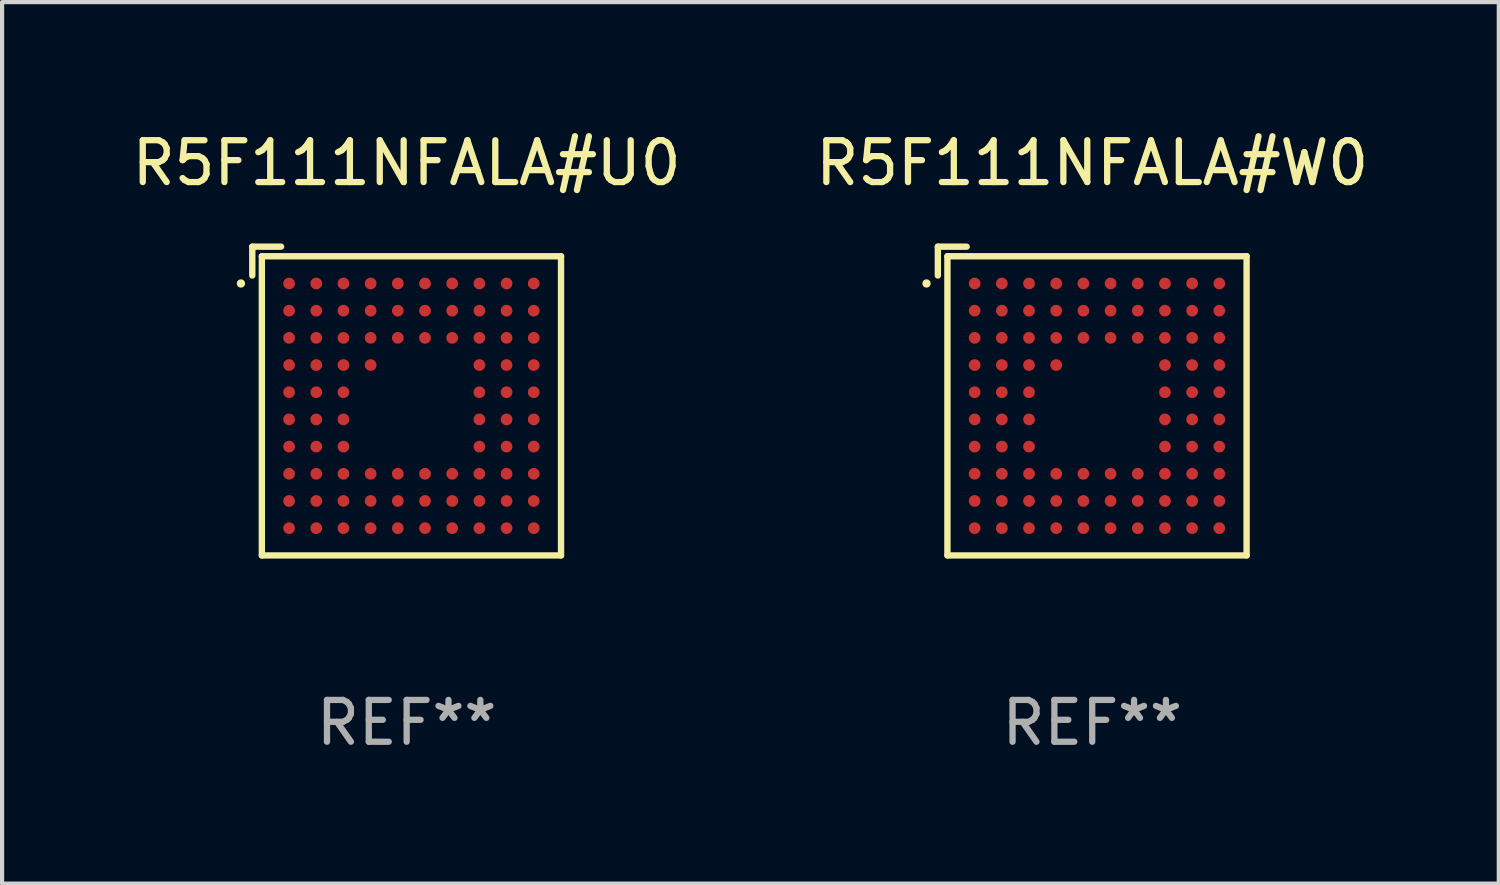
<source format=kicad_pcb>
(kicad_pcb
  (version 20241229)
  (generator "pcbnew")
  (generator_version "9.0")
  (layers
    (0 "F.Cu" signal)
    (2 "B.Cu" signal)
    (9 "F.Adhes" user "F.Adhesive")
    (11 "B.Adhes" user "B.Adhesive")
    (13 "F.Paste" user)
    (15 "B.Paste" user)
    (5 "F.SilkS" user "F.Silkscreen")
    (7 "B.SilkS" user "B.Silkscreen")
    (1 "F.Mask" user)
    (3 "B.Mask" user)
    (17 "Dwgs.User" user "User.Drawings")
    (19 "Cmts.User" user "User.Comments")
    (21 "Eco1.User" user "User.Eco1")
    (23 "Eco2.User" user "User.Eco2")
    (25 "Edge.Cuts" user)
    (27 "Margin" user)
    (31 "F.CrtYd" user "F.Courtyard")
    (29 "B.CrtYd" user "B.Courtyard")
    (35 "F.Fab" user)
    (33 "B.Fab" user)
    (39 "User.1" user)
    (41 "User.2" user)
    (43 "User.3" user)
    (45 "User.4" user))
  (footprint "R5F111NFALA#U0"
    (layer "F.Cu")
    (at 6.673 6.539)
    (property "Reference" "R5F111NFALA#U0" (at 0 -5.691 0) (layer "F.SilkS") (effects (font (size 1 1) (thickness 0.15))))
    (attr through_hole)
    (fp_line (start -3.691 -3.691) (end -3.002 -3.691) (stroke (width 0.152) (type solid)) (layer "F.SilkS"))
    (fp_line (start -3.691 -3.002) (end -3.691 -3.691) (stroke (width 0.152) (type solid)) (layer "F.SilkS"))
    (fp_line (start -3.462 -3.462) (end 3.691 -3.462) (stroke (width 0.152) (type solid)) (layer "F.SilkS"))
    (fp_line (start -3.462 3.691) (end -3.462 -3.462) (stroke (width 0.152) (type solid)) (layer "F.SilkS"))
    (fp_line (start 3.691 -3.462) (end 3.691 3.691) (stroke (width 0.152) (type solid)) (layer "F.SilkS"))
    (fp_line (start 3.691 3.691) (end -3.462 3.691) (stroke (width 0.152) (type solid)) (layer "F.SilkS"))
    (fp_circle (center -3.962 -2.811) (end -3.912 -2.811) (stroke (width 0.1) (type solid)) (fill no) (layer "F.SilkS"))
    (fp_text user "REF**" (at 0 7.691 0) (layer "F.Fab") (effects (font (size 1 1) (thickness 0.15))))
    (pad "A1" smd circle (at -2.811 -2.811) (size 0.28 0.28) (layers "F.Cu" "F.Mask" "F.Paste"))
    (pad "A2" smd circle (at -2.161 -2.811) (size 0.28 0.28) (layers "F.Cu" "F.Mask" "F.Paste"))
    (pad "A3" smd circle (at -1.511 -2.811) (size 0.28 0.28) (layers "F.Cu" "F.Mask" "F.Paste"))
    (pad "A4" smd circle (at -0.861 -2.811) (size 0.28 0.28) (layers "F.Cu" "F.Mask" "F.Paste"))
    (pad "A5" smd circle (at -0.211 -2.811) (size 0.28 0.28) (layers "F.Cu" "F.Mask" "F.Paste"))
    (pad "A6" smd circle (at 0.439 -2.811) (size 0.28 0.28) (layers "F.Cu" "F.Mask" "F.Paste"))
    (pad "A7" smd circle (at 1.089 -2.811) (size 0.28 0.28) (layers "F.Cu" "F.Mask" "F.Paste"))
    (pad "A8" smd circle (at 1.739 -2.811) (size 0.28 0.28) (layers "F.Cu" "F.Mask" "F.Paste"))
    (pad "A9" smd circle (at 2.389 -2.811) (size 0.28 0.28) (layers "F.Cu" "F.Mask" "F.Paste"))
    (pad "A10" smd circle (at 3.039 -2.811) (size 0.28 0.28) (layers "F.Cu" "F.Mask" "F.Paste"))
    (pad "B1" smd circle (at -2.811 -2.161) (size 0.28 0.28) (layers "F.Cu" "F.Mask" "F.Paste"))
    (pad "B2" smd circle (at -2.161 -2.161) (size 0.28 0.28) (layers "F.Cu" "F.Mask" "F.Paste"))
    (pad "B3" smd circle (at -1.511 -2.161) (size 0.28 0.28) (layers "F.Cu" "F.Mask" "F.Paste"))
    (pad "B4" smd circle (at -0.861 -2.161) (size 0.28 0.28) (layers "F.Cu" "F.Mask" "F.Paste"))
    (pad "B5" smd circle (at -0.211 -2.161) (size 0.28 0.28) (layers "F.Cu" "F.Mask" "F.Paste"))
    (pad "B6" smd circle (at 0.439 -2.161) (size 0.28 0.28) (layers "F.Cu" "F.Mask" "F.Paste"))
    (pad "B7" smd circle (at 1.089 -2.161) (size 0.28 0.28) (layers "F.Cu" "F.Mask" "F.Paste"))
    (pad "B8" smd circle (at 1.739 -2.161) (size 0.28 0.28) (layers "F.Cu" "F.Mask" "F.Paste"))
    (pad "B9" smd circle (at 2.389 -2.161) (size 0.28 0.28) (layers "F.Cu" "F.Mask" "F.Paste"))
    (pad "B10" smd circle (at 3.039 -2.161) (size 0.28 0.28) (layers "F.Cu" "F.Mask" "F.Paste"))
    (pad "C1" smd circle (at -2.811 -1.511) (size 0.28 0.28) (layers "F.Cu" "F.Mask" "F.Paste"))
    (pad "C2" smd circle (at -2.161 -1.511) (size 0.28 0.28) (layers "F.Cu" "F.Mask" "F.Paste"))
    (pad "C3" smd circle (at -1.511 -1.511) (size 0.28 0.28) (layers "F.Cu" "F.Mask" "F.Paste"))
    (pad "C4" smd circle (at -0.861 -1.511) (size 0.28 0.28) (layers "F.Cu" "F.Mask" "F.Paste"))
    (pad "C5" smd circle (at -0.211 -1.511) (size 0.28 0.28) (layers "F.Cu" "F.Mask" "F.Paste"))
    (pad "C6" smd circle (at 0.439 -1.511) (size 0.28 0.28) (layers "F.Cu" "F.Mask" "F.Paste"))
    (pad "C7" smd circle (at 1.089 -1.511) (size 0.28 0.28) (layers "F.Cu" "F.Mask" "F.Paste"))
    (pad "C8" smd circle (at 1.739 -1.511) (size 0.28 0.28) (layers "F.Cu" "F.Mask" "F.Paste"))
    (pad "C9" smd circle (at 2.389 -1.511) (size 0.28 0.28) (layers "F.Cu" "F.Mask" "F.Paste"))
    (pad "C10" smd circle (at 3.039 -1.511) (size 0.28 0.28) (layers "F.Cu" "F.Mask" "F.Paste"))
    (pad "D1" smd circle (at -2.811 -0.861) (size 0.28 0.28) (layers "F.Cu" "F.Mask" "F.Paste"))
    (pad "D2" smd circle (at -2.161 -0.861) (size 0.28 0.28) (layers "F.Cu" "F.Mask" "F.Paste"))
    (pad "D3" smd circle (at -1.511 -0.861) (size 0.28 0.28) (layers "F.Cu" "F.Mask" "F.Paste"))
    (pad "D4" smd circle (at -0.861 -0.861) (size 0.28 0.28) (layers "F.Cu" "F.Mask" "F.Paste"))
    (pad "D8" smd circle (at 1.739 -0.861) (size 0.28 0.28) (layers "F.Cu" "F.Mask" "F.Paste"))
    (pad "D9" smd circle (at 2.389 -0.861) (size 0.28 0.28) (layers "F.Cu" "F.Mask" "F.Paste"))
    (pad "D10" smd circle (at 3.039 -0.861) (size 0.28 0.28) (layers "F.Cu" "F.Mask" "F.Paste"))
    (pad "E1" smd circle (at -2.811 -0.211) (size 0.28 0.28) (layers "F.Cu" "F.Mask" "F.Paste"))
    (pad "E2" smd circle (at -2.161 -0.211) (size 0.28 0.28) (layers "F.Cu" "F.Mask" "F.Paste"))
    (pad "E3" smd circle (at -1.511 -0.211) (size 0.28 0.28) (layers "F.Cu" "F.Mask" "F.Paste"))
    (pad "E8" smd circle (at 1.739 -0.211) (size 0.28 0.28) (layers "F.Cu" "F.Mask" "F.Paste"))
    (pad "E9" smd circle (at 2.389 -0.211) (size 0.28 0.28) (layers "F.Cu" "F.Mask" "F.Paste"))
    (pad "E10" smd circle (at 3.039 -0.211) (size 0.28 0.28) (layers "F.Cu" "F.Mask" "F.Paste"))
    (pad "F1" smd circle (at -2.811 0.439) (size 0.28 0.28) (layers "F.Cu" "F.Mask" "F.Paste"))
    (pad "F2" smd circle (at -2.161 0.439) (size 0.28 0.28) (layers "F.Cu" "F.Mask" "F.Paste"))
    (pad "F3" smd circle (at -1.511 0.439) (size 0.28 0.28) (layers "F.Cu" "F.Mask" "F.Paste"))
    (pad "F8" smd circle (at 1.739 0.439) (size 0.28 0.28) (layers "F.Cu" "F.Mask" "F.Paste"))
    (pad "F9" smd circle (at 2.389 0.439) (size 0.28 0.28) (layers "F.Cu" "F.Mask" "F.Paste"))
    (pad "F10" smd circle (at 3.039 0.439) (size 0.28 0.28) (layers "F.Cu" "F.Mask" "F.Paste"))
    (pad "G1" smd circle (at -2.811 1.089) (size 0.28 0.28) (layers "F.Cu" "F.Mask" "F.Paste"))
    (pad "G2" smd circle (at -2.161 1.089) (size 0.28 0.28) (layers "F.Cu" "F.Mask" "F.Paste"))
    (pad "G3" smd circle (at -1.511 1.089) (size 0.28 0.28) (layers "F.Cu" "F.Mask" "F.Paste"))
    (pad "G8" smd circle (at 1.739 1.089) (size 0.28 0.28) (layers "F.Cu" "F.Mask" "F.Paste"))
    (pad "G9" smd circle (at 2.389 1.089) (size 0.28 0.28) (layers "F.Cu" "F.Mask" "F.Paste"))
    (pad "G10" smd circle (at 3.039 1.089) (size 0.28 0.28) (layers "F.Cu" "F.Mask" "F.Paste"))
    (pad "H1" smd circle (at -2.811 1.739) (size 0.28 0.28) (layers "F.Cu" "F.Mask" "F.Paste"))
    (pad "H2" smd circle (at -2.161 1.739) (size 0.28 0.28) (layers "F.Cu" "F.Mask" "F.Paste"))
    (pad "H3" smd circle (at -1.511 1.739) (size 0.28 0.28) (layers "F.Cu" "F.Mask" "F.Paste"))
    (pad "H4" smd circle (at -0.861 1.739) (size 0.28 0.28) (layers "F.Cu" "F.Mask" "F.Paste"))
    (pad "H5" smd circle (at -0.211 1.739) (size 0.28 0.28) (layers "F.Cu" "F.Mask" "F.Paste"))
    (pad "H6" smd circle (at 0.439 1.739) (size 0.28 0.28) (layers "F.Cu" "F.Mask" "F.Paste"))
    (pad "H7" smd circle (at 1.089 1.739) (size 0.28 0.28) (layers "F.Cu" "F.Mask" "F.Paste"))
    (pad "H8" smd circle (at 1.739 1.739) (size 0.28 0.28) (layers "F.Cu" "F.Mask" "F.Paste"))
    (pad "H9" smd circle (at 2.389 1.739) (size 0.28 0.28) (layers "F.Cu" "F.Mask" "F.Paste"))
    (pad "H10" smd circle (at 3.039 1.739) (size 0.28 0.28) (layers "F.Cu" "F.Mask" "F.Paste"))
    (pad "J1" smd circle (at -2.811 2.389) (size 0.28 0.28) (layers "F.Cu" "F.Mask" "F.Paste"))
    (pad "J2" smd circle (at -2.161 2.389) (size 0.28 0.28) (layers "F.Cu" "F.Mask" "F.Paste"))
    (pad "J3" smd circle (at -1.511 2.389) (size 0.28 0.28) (layers "F.Cu" "F.Mask" "F.Paste"))
    (pad "J4" smd circle (at -0.861 2.389) (size 0.28 0.28) (layers "F.Cu" "F.Mask" "F.Paste"))
    (pad "J5" smd circle (at -0.211 2.389) (size 0.28 0.28) (layers "F.Cu" "F.Mask" "F.Paste"))
    (pad "J6" smd circle (at 0.439 2.389) (size 0.28 0.28) (layers "F.Cu" "F.Mask" "F.Paste"))
    (pad "J7" smd circle (at 1.089 2.389) (size 0.28 0.28) (layers "F.Cu" "F.Mask" "F.Paste"))
    (pad "J8" smd circle (at 1.739 2.389) (size 0.28 0.28) (layers "F.Cu" "F.Mask" "F.Paste"))
    (pad "J9" smd circle (at 2.389 2.389) (size 0.28 0.28) (layers "F.Cu" "F.Mask" "F.Paste"))
    (pad "J10" smd circle (at 3.039 2.389) (size 0.28 0.28) (layers "F.Cu" "F.Mask" "F.Paste"))
    (pad "K1" smd circle (at -2.811 3.039) (size 0.28 0.28) (layers "F.Cu" "F.Mask" "F.Paste"))
    (pad "K2" smd circle (at -2.161 3.039) (size 0.28 0.28) (layers "F.Cu" "F.Mask" "F.Paste"))
    (pad "K3" smd circle (at -1.511 3.039) (size 0.28 0.28) (layers "F.Cu" "F.Mask" "F.Paste"))
    (pad "K4" smd circle (at -0.861 3.039) (size 0.28 0.28) (layers "F.Cu" "F.Mask" "F.Paste"))
    (pad "K5" smd circle (at -0.211 3.039) (size 0.28 0.28) (layers "F.Cu" "F.Mask" "F.Paste"))
    (pad "K6" smd circle (at 0.439 3.039) (size 0.28 0.28) (layers "F.Cu" "F.Mask" "F.Paste"))
    (pad "K7" smd circle (at 1.089 3.039) (size 0.28 0.28) (layers "F.Cu" "F.Mask" "F.Paste"))
    (pad "K8" smd circle (at 1.739 3.039) (size 0.28 0.28) (layers "F.Cu" "F.Mask" "F.Paste"))
    (pad "K9" smd circle (at 2.389 3.039) (size 0.28 0.28) (layers "F.Cu" "F.Mask" "F.Paste"))
    (pad "K10" smd circle (at 3.039 3.039) (size 0.28 0.28) (layers "F.Cu" "F.Mask" "F.Paste")))
  (footprint "R5F111NFALA#W0"
    (layer "F.Cu")
    (at 23.065 6.539)
    (property "Reference" "R5F111NFALA#W0" (at 0 -5.691 0) (layer "F.SilkS") (effects (font (size 1 1) (thickness 0.15))))
    (attr through_hole)
    (fp_line (start -3.691 -3.691) (end -3.002 -3.691) (stroke (width 0.152) (type solid)) (layer "F.SilkS"))
    (fp_line (start -3.691 -3.002) (end -3.691 -3.691) (stroke (width 0.152) (type solid)) (layer "F.SilkS"))
    (fp_line (start -3.462 -3.462) (end 3.691 -3.462) (stroke (width 0.152) (type solid)) (layer "F.SilkS"))
    (fp_line (start -3.462 3.691) (end -3.462 -3.462) (stroke (width 0.152) (type solid)) (layer "F.SilkS"))
    (fp_line (start 3.691 -3.462) (end 3.691 3.691) (stroke (width 0.152) (type solid)) (layer "F.SilkS"))
    (fp_line (start 3.691 3.691) (end -3.462 3.691) (stroke (width 0.152) (type solid)) (layer "F.SilkS"))
    (fp_circle (center -3.962 -2.811) (end -3.912 -2.811) (stroke (width 0.1) (type solid)) (fill no) (layer "F.SilkS"))
    (fp_text user "REF**" (at 0 7.691 0) (layer "F.Fab") (effects (font (size 1 1) (thickness 0.15))))
    (pad "A1" smd circle (at -2.811 -2.811) (size 0.28 0.28) (layers "F.Cu" "F.Mask" "F.Paste"))
    (pad "A2" smd circle (at -2.161 -2.811) (size 0.28 0.28) (layers "F.Cu" "F.Mask" "F.Paste"))
    (pad "A3" smd circle (at -1.511 -2.811) (size 0.28 0.28) (layers "F.Cu" "F.Mask" "F.Paste"))
    (pad "A4" smd circle (at -0.861 -2.811) (size 0.28 0.28) (layers "F.Cu" "F.Mask" "F.Paste"))
    (pad "A5" smd circle (at -0.211 -2.811) (size 0.28 0.28) (layers "F.Cu" "F.Mask" "F.Paste"))
    (pad "A6" smd circle (at 0.439 -2.811) (size 0.28 0.28) (layers "F.Cu" "F.Mask" "F.Paste"))
    (pad "A7" smd circle (at 1.089 -2.811) (size 0.28 0.28) (layers "F.Cu" "F.Mask" "F.Paste"))
    (pad "A8" smd circle (at 1.739 -2.811) (size 0.28 0.28) (layers "F.Cu" "F.Mask" "F.Paste"))
    (pad "A9" smd circle (at 2.389 -2.811) (size 0.28 0.28) (layers "F.Cu" "F.Mask" "F.Paste"))
    (pad "A10" smd circle (at 3.039 -2.811) (size 0.28 0.28) (layers "F.Cu" "F.Mask" "F.Paste"))
    (pad "B1" smd circle (at -2.811 -2.161) (size 0.28 0.28) (layers "F.Cu" "F.Mask" "F.Paste"))
    (pad "B2" smd circle (at -2.161 -2.161) (size 0.28 0.28) (layers "F.Cu" "F.Mask" "F.Paste"))
    (pad "B3" smd circle (at -1.511 -2.161) (size 0.28 0.28) (layers "F.Cu" "F.Mask" "F.Paste"))
    (pad "B4" smd circle (at -0.861 -2.161) (size 0.28 0.28) (layers "F.Cu" "F.Mask" "F.Paste"))
    (pad "B5" smd circle (at -0.211 -2.161) (size 0.28 0.28) (layers "F.Cu" "F.Mask" "F.Paste"))
    (pad "B6" smd circle (at 0.439 -2.161) (size 0.28 0.28) (layers "F.Cu" "F.Mask" "F.Paste"))
    (pad "B7" smd circle (at 1.089 -2.161) (size 0.28 0.28) (layers "F.Cu" "F.Mask" "F.Paste"))
    (pad "B8" smd circle (at 1.739 -2.161) (size 0.28 0.28) (layers "F.Cu" "F.Mask" "F.Paste"))
    (pad "B9" smd circle (at 2.389 -2.161) (size 0.28 0.28) (layers "F.Cu" "F.Mask" "F.Paste"))
    (pad "B10" smd circle (at 3.039 -2.161) (size 0.28 0.28) (layers "F.Cu" "F.Mask" "F.Paste"))
    (pad "C1" smd circle (at -2.811 -1.511) (size 0.28 0.28) (layers "F.Cu" "F.Mask" "F.Paste"))
    (pad "C2" smd circle (at -2.161 -1.511) (size 0.28 0.28) (layers "F.Cu" "F.Mask" "F.Paste"))
    (pad "C3" smd circle (at -1.511 -1.511) (size 0.28 0.28) (layers "F.Cu" "F.Mask" "F.Paste"))
    (pad "C4" smd circle (at -0.861 -1.511) (size 0.28 0.28) (layers "F.Cu" "F.Mask" "F.Paste"))
    (pad "C5" smd circle (at -0.211 -1.511) (size 0.28 0.28) (layers "F.Cu" "F.Mask" "F.Paste"))
    (pad "C6" smd circle (at 0.439 -1.511) (size 0.28 0.28) (layers "F.Cu" "F.Mask" "F.Paste"))
    (pad "C7" smd circle (at 1.089 -1.511) (size 0.28 0.28) (layers "F.Cu" "F.Mask" "F.Paste"))
    (pad "C8" smd circle (at 1.739 -1.511) (size 0.28 0.28) (layers "F.Cu" "F.Mask" "F.Paste"))
    (pad "C9" smd circle (at 2.389 -1.511) (size 0.28 0.28) (layers "F.Cu" "F.Mask" "F.Paste"))
    (pad "C10" smd circle (at 3.039 -1.511) (size 0.28 0.28) (layers "F.Cu" "F.Mask" "F.Paste"))
    (pad "D1" smd circle (at -2.811 -0.861) (size 0.28 0.28) (layers "F.Cu" "F.Mask" "F.Paste"))
    (pad "D2" smd circle (at -2.161 -0.861) (size 0.28 0.28) (layers "F.Cu" "F.Mask" "F.Paste"))
    (pad "D3" smd circle (at -1.511 -0.861) (size 0.28 0.28) (layers "F.Cu" "F.Mask" "F.Paste"))
    (pad "D4" smd circle (at -0.861 -0.861) (size 0.28 0.28) (layers "F.Cu" "F.Mask" "F.Paste"))
    (pad "D8" smd circle (at 1.739 -0.861) (size 0.28 0.28) (layers "F.Cu" "F.Mask" "F.Paste"))
    (pad "D9" smd circle (at 2.389 -0.861) (size 0.28 0.28) (layers "F.Cu" "F.Mask" "F.Paste"))
    (pad "D10" smd circle (at 3.039 -0.861) (size 0.28 0.28) (layers "F.Cu" "F.Mask" "F.Paste"))
    (pad "E1" smd circle (at -2.811 -0.211) (size 0.28 0.28) (layers "F.Cu" "F.Mask" "F.Paste"))
    (pad "E2" smd circle (at -2.161 -0.211) (size 0.28 0.28) (layers "F.Cu" "F.Mask" "F.Paste"))
    (pad "E3" smd circle (at -1.511 -0.211) (size 0.28 0.28) (layers "F.Cu" "F.Mask" "F.Paste"))
    (pad "E8" smd circle (at 1.739 -0.211) (size 0.28 0.28) (layers "F.Cu" "F.Mask" "F.Paste"))
    (pad "E9" smd circle (at 2.389 -0.211) (size 0.28 0.28) (layers "F.Cu" "F.Mask" "F.Paste"))
    (pad "E10" smd circle (at 3.039 -0.211) (size 0.28 0.28) (layers "F.Cu" "F.Mask" "F.Paste"))
    (pad "F1" smd circle (at -2.811 0.439) (size 0.28 0.28) (layers "F.Cu" "F.Mask" "F.Paste"))
    (pad "F2" smd circle (at -2.161 0.439) (size 0.28 0.28) (layers "F.Cu" "F.Mask" "F.Paste"))
    (pad "F3" smd circle (at -1.511 0.439) (size 0.28 0.28) (layers "F.Cu" "F.Mask" "F.Paste"))
    (pad "F8" smd circle (at 1.739 0.439) (size 0.28 0.28) (layers "F.Cu" "F.Mask" "F.Paste"))
    (pad "F9" smd circle (at 2.389 0.439) (size 0.28 0.28) (layers "F.Cu" "F.Mask" "F.Paste"))
    (pad "F10" smd circle (at 3.039 0.439) (size 0.28 0.28) (layers "F.Cu" "F.Mask" "F.Paste"))
    (pad "G1" smd circle (at -2.811 1.089) (size 0.28 0.28) (layers "F.Cu" "F.Mask" "F.Paste"))
    (pad "G2" smd circle (at -2.161 1.089) (size 0.28 0.28) (layers "F.Cu" "F.Mask" "F.Paste"))
    (pad "G3" smd circle (at -1.511 1.089) (size 0.28 0.28) (layers "F.Cu" "F.Mask" "F.Paste"))
    (pad "G8" smd circle (at 1.739 1.089) (size 0.28 0.28) (layers "F.Cu" "F.Mask" "F.Paste"))
    (pad "G9" smd circle (at 2.389 1.089) (size 0.28 0.28) (layers "F.Cu" "F.Mask" "F.Paste"))
    (pad "G10" smd circle (at 3.039 1.089) (size 0.28 0.28) (layers "F.Cu" "F.Mask" "F.Paste"))
    (pad "H1" smd circle (at -2.811 1.739) (size 0.28 0.28) (layers "F.Cu" "F.Mask" "F.Paste"))
    (pad "H2" smd circle (at -2.161 1.739) (size 0.28 0.28) (layers "F.Cu" "F.Mask" "F.Paste"))
    (pad "H3" smd circle (at -1.511 1.739) (size 0.28 0.28) (layers "F.Cu" "F.Mask" "F.Paste"))
    (pad "H4" smd circle (at -0.861 1.739) (size 0.28 0.28) (layers "F.Cu" "F.Mask" "F.Paste"))
    (pad "H5" smd circle (at -0.211 1.739) (size 0.28 0.28) (layers "F.Cu" "F.Mask" "F.Paste"))
    (pad "H6" smd circle (at 0.439 1.739) (size 0.28 0.28) (layers "F.Cu" "F.Mask" "F.Paste"))
    (pad "H7" smd circle (at 1.089 1.739) (size 0.28 0.28) (layers "F.Cu" "F.Mask" "F.Paste"))
    (pad "H8" smd circle (at 1.739 1.739) (size 0.28 0.28) (layers "F.Cu" "F.Mask" "F.Paste"))
    (pad "H9" smd circle (at 2.389 1.739) (size 0.28 0.28) (layers "F.Cu" "F.Mask" "F.Paste"))
    (pad "H10" smd circle (at 3.039 1.739) (size 0.28 0.28) (layers "F.Cu" "F.Mask" "F.Paste"))
    (pad "J1" smd circle (at -2.811 2.389) (size 0.28 0.28) (layers "F.Cu" "F.Mask" "F.Paste"))
    (pad "J2" smd circle (at -2.161 2.389) (size 0.28 0.28) (layers "F.Cu" "F.Mask" "F.Paste"))
    (pad "J3" smd circle (at -1.511 2.389) (size 0.28 0.28) (layers "F.Cu" "F.Mask" "F.Paste"))
    (pad "J4" smd circle (at -0.861 2.389) (size 0.28 0.28) (layers "F.Cu" "F.Mask" "F.Paste"))
    (pad "J5" smd circle (at -0.211 2.389) (size 0.28 0.28) (layers "F.Cu" "F.Mask" "F.Paste"))
    (pad "J6" smd circle (at 0.439 2.389) (size 0.28 0.28) (layers "F.Cu" "F.Mask" "F.Paste"))
    (pad "J7" smd circle (at 1.089 2.389) (size 0.28 0.28) (layers "F.Cu" "F.Mask" "F.Paste"))
    (pad "J8" smd circle (at 1.739 2.389) (size 0.28 0.28) (layers "F.Cu" "F.Mask" "F.Paste"))
    (pad "J9" smd circle (at 2.389 2.389) (size 0.28 0.28) (layers "F.Cu" "F.Mask" "F.Paste"))
    (pad "J10" smd circle (at 3.039 2.389) (size 0.28 0.28) (layers "F.Cu" "F.Mask" "F.Paste"))
    (pad "K1" smd circle (at -2.811 3.039) (size 0.28 0.28) (layers "F.Cu" "F.Mask" "F.Paste"))
    (pad "K2" smd circle (at -2.161 3.039) (size 0.28 0.28) (layers "F.Cu" "F.Mask" "F.Paste"))
    (pad "K3" smd circle (at -1.511 3.039) (size 0.28 0.28) (layers "F.Cu" "F.Mask" "F.Paste"))
    (pad "K4" smd circle (at -0.861 3.039) (size 0.28 0.28) (layers "F.Cu" "F.Mask" "F.Paste"))
    (pad "K5" smd circle (at -0.211 3.039) (size 0.28 0.28) (layers "F.Cu" "F.Mask" "F.Paste"))
    (pad "K6" smd circle (at 0.439 3.039) (size 0.28 0.28) (layers "F.Cu" "F.Mask" "F.Paste"))
    (pad "K7" smd circle (at 1.089 3.039) (size 0.28 0.28) (layers "F.Cu" "F.Mask" "F.Paste"))
    (pad "K8" smd circle (at 1.739 3.039) (size 0.28 0.28) (layers "F.Cu" "F.Mask" "F.Paste"))
    (pad "K9" smd circle (at 2.389 3.039) (size 0.28 0.28) (layers "F.Cu" "F.Mask" "F.Paste"))
    (pad "K10" smd circle (at 3.039 3.039) (size 0.28 0.28) (layers "F.Cu" "F.Mask" "F.Paste")))
  (gr_rect
    (start -3 -3)
    (end 32.786 18.078)
    (stroke (width 0.1) (type default))
    (fill no)
    (layer "Edge.Cuts")))
</source>
